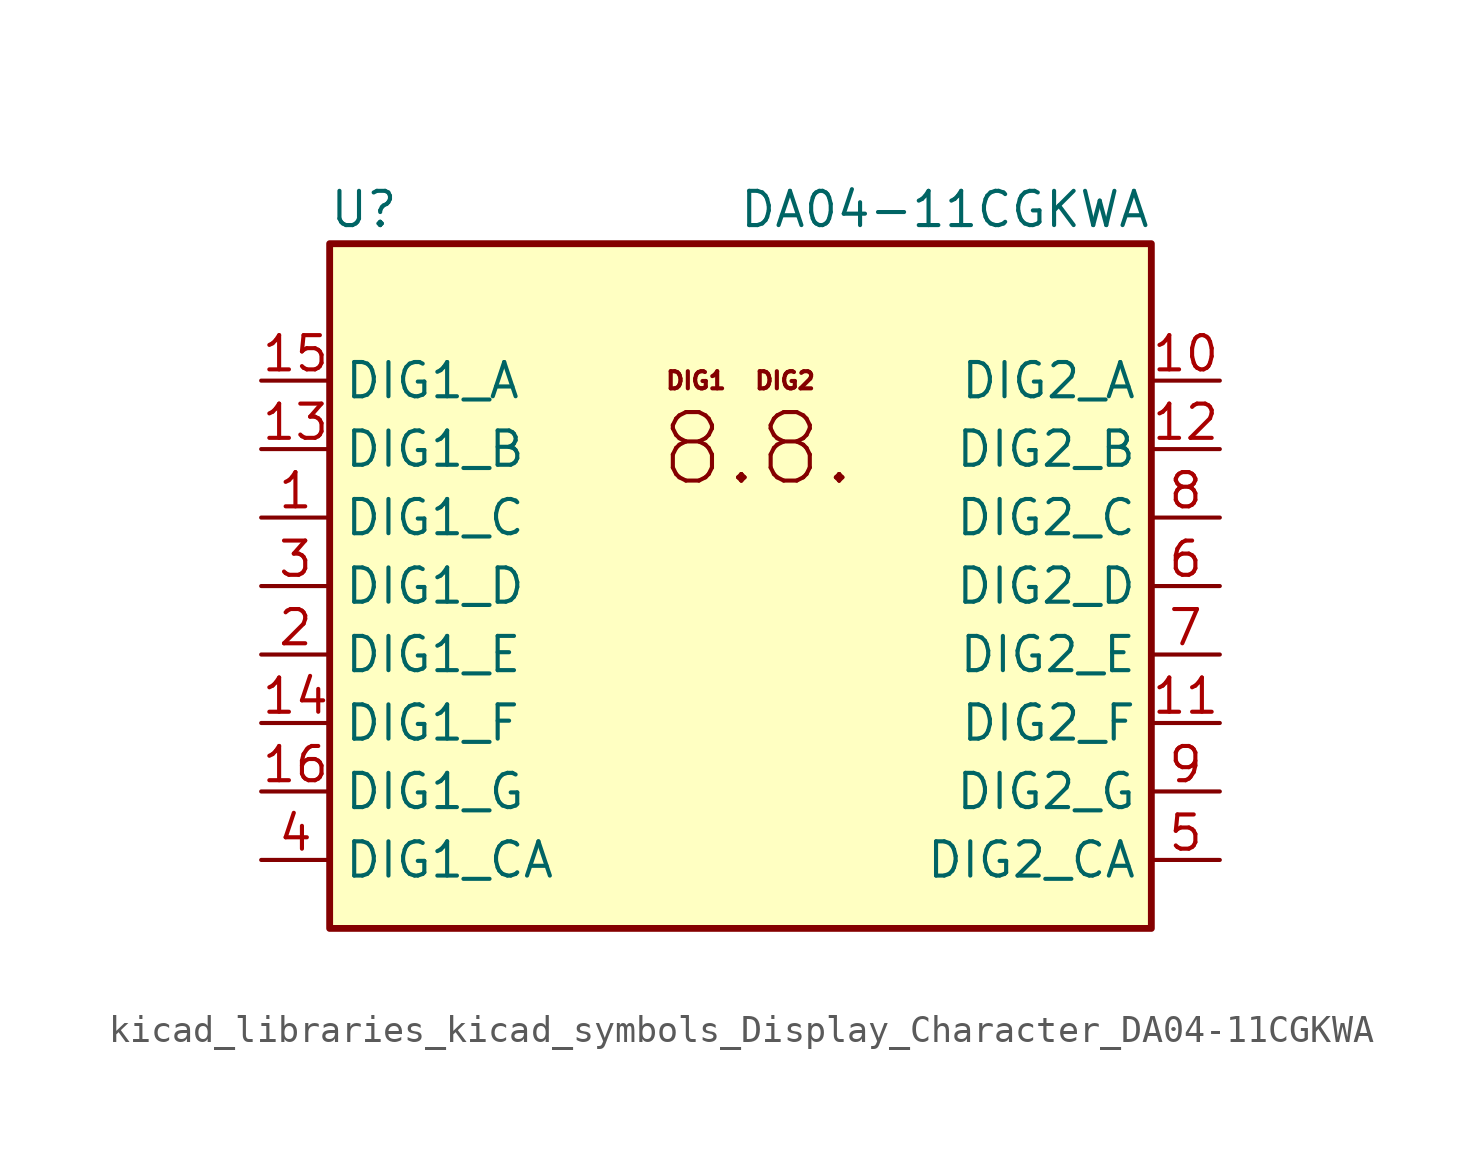
<source format=kicad_sym>
(kicad_symbol_lib
  (version 20220914)
  (generator kicad_symbol_editor)
  (symbol "kicad_libraries_kicad_symbols_Display_Character_DA04-11CGKWA"
    (property "Reference" "U"
      (at -13.97 13.97 0)
      (effects (font (size 1.27 1.27))))
    (property "Value" "DA04-11CGKWA"
      (at 15.24 13.97 0)
      (effects (font (size 1.27 1.27)) (justify right)))
    (symbol "kicad_libraries_kicad_symbols_Display_Character_DA04-11CGKWA_0_0"
      (text "8.8." (at 0.635 5.08 0) (effects (font (size 2.54 2.54))))
      (text "DIG1" (at -1.651 7.62 0) (effects (font (size 0.635 0.635))))
      (text "DIG2" (at 1.651 7.62 0) (effects (font (size 0.635 0.635)))))
    (symbol "kicad_libraries_kicad_symbols_Display_Character_DA04-11CGKWA_0_1"
      (rectangle (start -15.24 12.7) (end 15.24 -12.7) (stroke (width 0.254) (type default)) (fill (type background))))
    (symbol "kicad_libraries_kicad_symbols_Display_Character_DA04-11CGKWA_1_1"
      (pin input line (at -17.78 2.54 0) (length 2.54) (name "DIG1_C" (effects (font (size 1.27 1.27)))) (number "1" (effects (font (size 1.27 1.27)))))
      (pin input line (at 17.78 7.62 180) (length 2.54) (name "DIG2_A" (effects (font (size 1.27 1.27)))) (number "10" (effects (font (size 1.27 1.27)))))
      (pin input line (at 17.78 -5.08 180) (length 2.54) (name "DIG2_F" (effects (font (size 1.27 1.27)))) (number "11" (effects (font (size 1.27 1.27)))))
      (pin input line (at 17.78 5.08 180) (length 2.54) (name "DIG2_B" (effects (font (size 1.27 1.27)))) (number "12" (effects (font (size 1.27 1.27)))))
      (pin input line (at -17.78 5.08 0) (length 2.54) (name "DIG1_B" (effects (font (size 1.27 1.27)))) (number "13" (effects (font (size 1.27 1.27)))))
      (pin input line (at -17.78 -5.08 0) (length 2.54) (name "DIG1_F" (effects (font (size 1.27 1.27)))) (number "14" (effects (font (size 1.27 1.27)))))
      (pin input line (at -17.78 7.62 0) (length 2.54) (name "DIG1_A" (effects (font (size 1.27 1.27)))) (number "15" (effects (font (size 1.27 1.27)))))
      (pin input line (at -17.78 -7.62 0) (length 2.54) (name "DIG1_G" (effects (font (size 1.27 1.27)))) (number "16" (effects (font (size 1.27 1.27)))))
      (pin input line (at -17.78 -2.54 0) (length 2.54) (name "DIG1_E" (effects (font (size 1.27 1.27)))) (number "2" (effects (font (size 1.27 1.27)))))
      (pin input line (at -17.78 0 0) (length 2.54) (name "DIG1_D" (effects (font (size 1.27 1.27)))) (number "3" (effects (font (size 1.27 1.27)))))
      (pin input line (at -17.78 -10.16 0) (length 2.54) (name "DIG1_CA" (effects (font (size 1.27 1.27)))) (number "4" (effects (font (size 1.27 1.27)))))
      (pin input line (at 17.78 -10.16 180) (length 2.54) (name "DIG2_CA" (effects (font (size 1.27 1.27)))) (number "5" (effects (font (size 1.27 1.27)))))
      (pin input line (at 17.78 0 180) (length 2.54) (name "DIG2_D" (effects (font (size 1.27 1.27)))) (number "6" (effects (font (size 1.27 1.27)))))
      (pin input line (at 17.78 -2.54 180) (length 2.54) (name "DIG2_E" (effects (font (size 1.27 1.27)))) (number "7" (effects (font (size 1.27 1.27)))))
      (pin input line (at 17.78 2.54 180) (length 2.54) (name "DIG2_C" (effects (font (size 1.27 1.27)))) (number "8" (effects (font (size 1.27 1.27)))))
      (pin input line (at 17.78 -7.62 180) (length 2.54) (name "DIG2_G" (effects (font (size 1.27 1.27)))) (number "9" (effects (font (size 1.27 1.27))))))))
</source>
